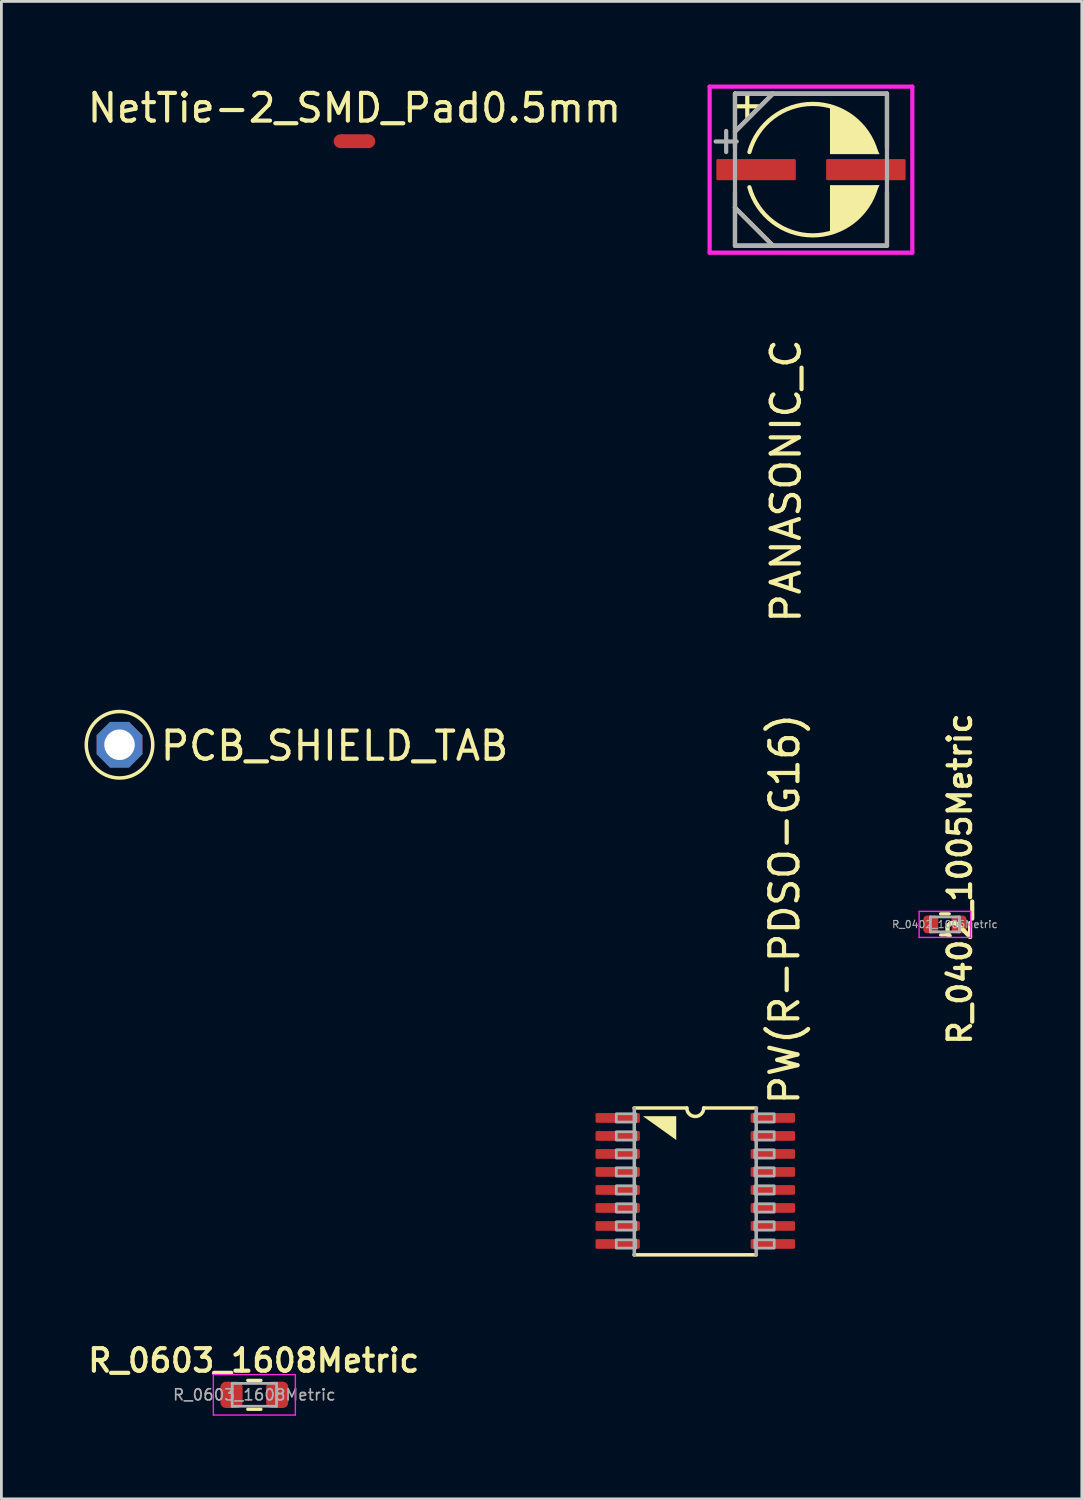
<source format=kicad_pcb>
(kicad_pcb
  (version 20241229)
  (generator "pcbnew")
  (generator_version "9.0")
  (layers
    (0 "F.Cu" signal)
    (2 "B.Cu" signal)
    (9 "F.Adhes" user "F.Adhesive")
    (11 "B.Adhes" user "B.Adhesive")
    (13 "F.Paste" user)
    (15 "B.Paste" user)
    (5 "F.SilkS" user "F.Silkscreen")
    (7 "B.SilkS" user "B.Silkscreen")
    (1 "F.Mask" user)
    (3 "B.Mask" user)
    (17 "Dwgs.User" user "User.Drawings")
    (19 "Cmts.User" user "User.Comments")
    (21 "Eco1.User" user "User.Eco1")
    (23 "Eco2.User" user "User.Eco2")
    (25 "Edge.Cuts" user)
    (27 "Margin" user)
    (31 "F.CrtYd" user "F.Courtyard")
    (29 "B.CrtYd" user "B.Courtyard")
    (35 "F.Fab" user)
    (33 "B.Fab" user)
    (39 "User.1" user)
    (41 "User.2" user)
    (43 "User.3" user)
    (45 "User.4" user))
  (footprint "PCB_SHIELD_TAB"
    (layer "F.Cu")
    (at 1.264 23.832)
    (property "Reference" "PCB_SHIELD_TAB" (at 1.397 0.635 0) (layer "F.SilkS") (effects (font (size 1.016 1.016) (thickness 0.152)) (justify left bottom)))
    (attr exclude_from_bom)
    (fp_circle (center 0 0) (end 1.2 0) (stroke (width 0.127) (type solid)) (fill no) (layer "F.SilkS"))
    (pad "1" thru_hole roundrect (at 0 0) (size 1.65 1.65) (drill 1.1) (layers "*.Cu" "*.Mask") (roundrect_rratio 0.25) (chamfer_ratio 0.293) (chamfer top_left top_right bottom_left bottom_right)))
  (footprint "NetTie-2_SMD_Pad0.5mm"
    (layer "F.Cu")
    (at 9.744 2.048)
    (property "Reference" "NetTie-2_SMD_Pad0.5mm" (at 0 -1.2 180) (layer "F.SilkS") (effects (font (size 1 1) (thickness 0.15))))
    (attr exclude_from_pos_files exclude_from_bom allow_missing_courtyard)
    (fp_poly (pts (xy -0.5 -0.25) (xy 0.5 -0.25) (xy 0.5 0.25) (xy -0.5 0.25)) (stroke (width 0) (type solid)) (fill yes) (layer "F.Cu"))
    (pad "1" smd circle (at -0.5 0) (size 0.5 0.5) (layers "F.Cu"))
    (pad "2" smd circle (at 0.5 0) (size 0.5 0.5) (layers "F.Cu")))
  (footprint "R_0603_1608Metric"
    (layer "F.Cu")
    (at 6.131 47.296)
    (property "Reference" "R_0603_1608Metric" (at -0.023 -1.239 0) (layer "F.SilkS") (effects (font (size 0.813 0.813) (thickness 0.152) (bold yes))))
    (attr smd)
    (fp_line (start -0.237 -0.522) (end 0.237 -0.522) (stroke (width 0.12) (type solid)) (layer "F.SilkS"))
    (fp_line (start -0.237 0.522) (end 0.237 0.522) (stroke (width 0.12) (type solid)) (layer "F.SilkS"))
    (fp_line (start -1.48 -0.73) (end 1.48 -0.73) (stroke (width 0.05) (type solid)) (layer "F.CrtYd"))
    (fp_line (start -1.48 0.73) (end -1.48 -0.73) (stroke (width 0.05) (type solid)) (layer "F.CrtYd"))
    (fp_line (start 1.48 -0.73) (end 1.48 0.73) (stroke (width 0.05) (type solid)) (layer "F.CrtYd"))
    (fp_line (start 1.48 0.73) (end -1.48 0.73) (stroke (width 0.05) (type solid)) (layer "F.CrtYd"))
    (fp_line (start -0.8 -0.412) (end 0.8 -0.412) (stroke (width 0.1) (type solid)) (layer "F.Fab"))
    (fp_line (start -0.8 0.412) (end -0.8 -0.412) (stroke (width 0.1) (type solid)) (layer "F.Fab"))
    (fp_line (start 0.8 -0.412) (end 0.8 0.412) (stroke (width 0.1) (type solid)) (layer "F.Fab"))
    (fp_line (start 0.8 0.412) (end -0.8 0.412) (stroke (width 0.1) (type solid)) (layer "F.Fab"))
    (fp_text user "${REFERENCE}" (at 0 0 0) (layer "F.Fab") (effects (font (size 0.4 0.4) (thickness 0.06))))
    (pad "1" smd roundrect (at -0.825 0) (size 0.8 0.95) (layers "F.Cu" "F.Mask" "F.Paste") (roundrect_rratio 0.25))
    (pad "2" smd roundrect (at 0.825 0) (size 0.8 0.95) (layers "F.Cu" "F.Mask" "F.Paste") (roundrect_rratio 0.25)))
  (footprint "R_0402_1005Metric"
    (layer "F.Cu")
    (at 31.056 30.316)
    (property "Reference" "R_0402_1005Metric" (at 0.54 -1.64 90) (layer "F.SilkS") (effects (font (size 0.813 0.813) (thickness 0.152) (bold yes))))
    (attr smd)
    (fp_line (start -0.154 -0.38) (end 0.154 -0.38) (stroke (width 0.12) (type solid)) (layer "F.SilkS"))
    (fp_line (start -0.154 0.38) (end 0.154 0.38) (stroke (width 0.12) (type solid)) (layer "F.SilkS"))
    (fp_line (start -0.93 -0.47) (end 0.93 -0.47) (stroke (width 0.05) (type solid)) (layer "F.CrtYd"))
    (fp_line (start -0.93 0.47) (end -0.93 -0.47) (stroke (width 0.05) (type solid)) (layer "F.CrtYd"))
    (fp_line (start 0.93 -0.47) (end 0.93 0.47) (stroke (width 0.05) (type solid)) (layer "F.CrtYd"))
    (fp_line (start 0.93 0.47) (end -0.93 0.47) (stroke (width 0.05) (type solid)) (layer "F.CrtYd"))
    (fp_line (start -0.525 -0.27) (end 0.525 -0.27) (stroke (width 0.1) (type solid)) (layer "F.Fab"))
    (fp_line (start -0.525 0.27) (end -0.525 -0.27) (stroke (width 0.1) (type solid)) (layer "F.Fab"))
    (fp_line (start 0.525 -0.27) (end 0.525 0.27) (stroke (width 0.1) (type solid)) (layer "F.Fab"))
    (fp_line (start 0.525 0.27) (end -0.525 0.27) (stroke (width 0.1) (type solid)) (layer "F.Fab"))
    (fp_text user "${REFERENCE}" (at 0 0 0) (layer "F.Fab") (effects (font (size 0.26 0.26) (thickness 0.04))))
    (pad "1" smd roundrect (at -0.51 0) (size 0.54 0.64) (layers "F.Cu" "F.Mask" "F.Paste") (roundrect_rratio 0.25))
    (pad "2" smd roundrect (at 0.51 0) (size 0.54 0.64) (layers "F.Cu" "F.Mask" "F.Paste") (roundrect_rratio 0.25)))
  (footprint "PANASONIC_C"
    (layer "F.Cu")
    (at 26.222 3.073)
    (property "Reference" "PANASONIC_C" (at -0.305 6.032 270) (layer "F.SilkS") (effects (font (size 1.016 1.016) (thickness 0.152)) (justify right bottom)))
    (attr smd)
    (fp_line (start -2.743 -1.372) (end -1.372 -2.743) (stroke (width 0.152) (type solid)) (layer "F.SilkS"))
    (fp_line (start -2.743 -0.813) (end -2.743 -2.743) (stroke (width 0.152) (type solid)) (layer "F.SilkS"))
    (fp_line (start -2.743 1.372) (end -2.743 0.813) (stroke (width 0.152) (type solid)) (layer "F.SilkS"))
    (fp_line (start -2.743 2.743) (end -2.743 1.372) (stroke (width 0.152) (type solid)) (layer "F.SilkS"))
    (fp_line (start -2.743 2.743) (end -1.372 2.743) (stroke (width 0.152) (type solid)) (layer "F.SilkS"))
    (fp_line (start -2.299 -2.667) (end -2.299 -1.905) (stroke (width 0.152) (type solid)) (layer "F.SilkS"))
    (fp_line (start -1.918 -2.286) (end -2.68 -2.286) (stroke (width 0.152) (type solid)) (layer "F.SilkS"))
    (fp_line (start -1.372 2.743) (end -2.743 1.372) (stroke (width 0.152) (type solid)) (layer "F.SilkS"))
    (fp_line (start -1.372 2.743) (end 2.743 2.743) (stroke (width 0.152) (type solid)) (layer "F.SilkS"))
    (fp_line (start 2.743 -2.743) (end -2.743 -2.743) (stroke (width 0.152) (type solid)) (layer "F.SilkS"))
    (fp_line (start 2.743 -0.813) (end 2.743 -2.743) (stroke (width 0.152) (type solid)) (layer "F.SilkS"))
    (fp_line (start 2.743 2.743) (end 2.743 0.813) (stroke (width 0.152) (type solid)) (layer "F.SilkS"))
    (fp_arc (start -2.2225 -0.635) (mid 0.0635 -2.372556) (end 2.3495 -0.635) (stroke (width 0.1524) (type solid)) (layer "F.SilkS"))
    (fp_arc (start 2.3495 0.635) (mid 0.0635 2.372556) (end -2.2225 0.635) (stroke (width 0.1524) (type solid)) (layer "F.SilkS"))
    (fp_poly (pts (xy 1.507 -1.903) (xy 2.03 -1.38) (xy 2.478 -0.559) (xy 0.686 -0.559) (xy 0.686 -2.351)) (stroke (width 0) (type default)) (fill yes) (layer "F.SilkS"))
    (fp_poly (pts (xy 2.03 1.38) (xy 1.507 1.903) (xy 0.686 2.351) (xy 0.686 0.559) (xy 2.478 0.559)) (stroke (width 0) (type default)) (fill yes) (layer "F.SilkS"))
    (fp_line (start -3.658 -2.997) (end 3.658 -2.997) (stroke (width 0.152) (type solid)) (layer "F.CrtYd"))
    (fp_line (start -3.658 2.997) (end -3.658 -2.997) (stroke (width 0.152) (type solid)) (layer "F.CrtYd"))
    (fp_line (start 3.658 -2.997) (end 3.658 2.997) (stroke (width 0.152) (type solid)) (layer "F.CrtYd"))
    (fp_line (start 3.658 2.997) (end -3.658 2.997) (stroke (width 0.152) (type solid)) (layer "F.CrtYd"))
    (fp_line (start -3.061 -1.397) (end -3.061 -0.635) (stroke (width 0.152) (type solid)) (layer "F.Fab"))
    (fp_line (start -2.743 -2.743) (end -2.743 -1.372) (stroke (width 0.152) (type solid)) (layer "F.Fab"))
    (fp_line (start -2.743 -1.372) (end -2.743 1.372) (stroke (width 0.152) (type solid)) (layer "F.Fab"))
    (fp_line (start -2.743 -1.372) (end -1.372 -2.743) (stroke (width 0.152) (type solid)) (layer "F.Fab"))
    (fp_line (start -2.743 1.372) (end -2.743 2.743) (stroke (width 0.152) (type solid)) (layer "F.Fab"))
    (fp_line (start -2.743 1.372) (end -1.372 2.743) (stroke (width 0.152) (type solid)) (layer "F.Fab"))
    (fp_line (start -2.743 2.743) (end -1.372 2.743) (stroke (width 0.152) (type solid)) (layer "F.Fab"))
    (fp_line (start -2.68 -1.016) (end -3.442 -1.016) (stroke (width 0.152) (type solid)) (layer "F.Fab"))
    (fp_line (start -1.372 -2.743) (end -2.743 -2.743) (stroke (width 0.152) (type solid)) (layer "F.Fab"))
    (fp_line (start -1.372 2.743) (end 2.743 2.743) (stroke (width 0.152) (type solid)) (layer "F.Fab"))
    (fp_line (start 2.743 -2.743) (end -1.372 -2.743) (stroke (width 0.152) (type solid)) (layer "F.Fab"))
    (fp_line (start 2.743 2.743) (end 2.743 -2.743) (stroke (width 0.152) (type solid)) (layer "F.Fab"))
    (pad "1" smd roundrect (at -1.981 0) (size 2.87 0.762) (layers "F.Cu" "F.Mask" "F.Paste") (roundrect_rratio 0.067))
    (pad "2" smd roundrect (at 1.981 0) (size 2.87 0.762) (layers "F.Cu" "F.Mask" "F.Paste") (roundrect_rratio 0.067)))
  (footprint "PW(R-PDSO-G16)"
    (layer "F.Cu")
    (at 22.045 39.601)
    (property "Reference" "PW(R-PDSO-G16)" (at 3.82 -2.7 270) (layer "F.SilkS") (effects (font (size 1.016 1.016) (thickness 0.152)) (justify left bottom)))
    (attr smd)
    (fp_line (start -0.305 -2.658) (end -2.21 -2.658) (stroke (width 0.127) (type solid)) (layer "F.SilkS"))
    (fp_line (start 2.195 2.642) (end -2.21 2.642) (stroke (width 0.127) (type solid)) (layer "F.SilkS"))
    (fp_line (start 2.21 -2.658) (end 0.305 -2.658) (stroke (width 0.127) (type solid)) (layer "F.SilkS"))
    (fp_arc (start 0.3048 -2.6578) (mid 0 -2.353) (end -0.3048 -2.6578) (stroke (width 0.127) (type solid)) (layer "F.SilkS"))
    (fp_poly (pts (xy -0.686 -1.503) (xy -1.889 -2.362) (xy -0.686 -2.362)) (stroke (width 0) (type default)) (fill yes) (layer "F.SilkS"))
    (fp_line (start -2.2 2.65) (end -2.2 -2.65) (stroke (width 0.127) (type solid)) (layer "F.Fab"))
    (fp_line (start 2.2 2.65) (end 2.2 -2.65) (stroke (width 0.127) (type solid)) (layer "F.Fab"))
    (fp_poly (pts (xy -2.85 -2.15) (xy -2.15 -2.15) (xy -2.15 -2.45) (xy -2.85 -2.45)) (stroke (width 0.1) (type default)) (fill no) (layer "F.Fab"))
    (fp_poly (pts (xy -2.85 -1.5) (xy -2.15 -1.5) (xy -2.15 -1.8) (xy -2.85 -1.8)) (stroke (width 0.1) (type default)) (fill no) (layer "F.Fab"))
    (fp_poly (pts (xy -2.85 -0.85) (xy -2.15 -0.85) (xy -2.15 -1.15) (xy -2.85 -1.15)) (stroke (width 0.1) (type default)) (fill no) (layer "F.Fab"))
    (fp_poly (pts (xy -2.85 -0.2) (xy -2.15 -0.2) (xy -2.15 -0.5) (xy -2.85 -0.5)) (stroke (width 0.1) (type default)) (fill no) (layer "F.Fab"))
    (fp_poly (pts (xy -2.85 0.45) (xy -2.15 0.45) (xy -2.15 0.15) (xy -2.85 0.15)) (stroke (width 0.1) (type default)) (fill no) (layer "F.Fab"))
    (fp_poly (pts (xy -2.85 1.1) (xy -2.15 1.1) (xy -2.15 0.8) (xy -2.85 0.8)) (stroke (width 0.1) (type default)) (fill no) (layer "F.Fab"))
    (fp_poly (pts (xy -2.85 1.75) (xy -2.15 1.75) (xy -2.15 1.45) (xy -2.85 1.45)) (stroke (width 0.1) (type default)) (fill no) (layer "F.Fab"))
    (fp_poly (pts (xy -2.85 2.4) (xy -2.15 2.4) (xy -2.15 2.1) (xy -2.85 2.1)) (stroke (width 0.1) (type default)) (fill no) (layer "F.Fab"))
    (fp_poly (pts (xy 2.15 -2.15) (xy 2.85 -2.15) (xy 2.85 -2.45) (xy 2.15 -2.45)) (stroke (width 0.1) (type default)) (fill no) (layer "F.Fab"))
    (fp_poly (pts (xy 2.15 -1.5) (xy 2.85 -1.5) (xy 2.85 -1.8) (xy 2.15 -1.8)) (stroke (width 0.1) (type default)) (fill no) (layer "F.Fab"))
    (fp_poly (pts (xy 2.15 -0.85) (xy 2.85 -0.85) (xy 2.85 -1.15) (xy 2.15 -1.15)) (stroke (width 0.1) (type default)) (fill no) (layer "F.Fab"))
    (fp_poly (pts (xy 2.15 -0.2) (xy 2.85 -0.2) (xy 2.85 -0.5) (xy 2.15 -0.5)) (stroke (width 0.1) (type default)) (fill no) (layer "F.Fab"))
    (fp_poly (pts (xy 2.15 0.45) (xy 2.85 0.45) (xy 2.85 0.15) (xy 2.15 0.15)) (stroke (width 0.1) (type default)) (fill no) (layer "F.Fab"))
    (fp_poly (pts (xy 2.15 1.1) (xy 2.85 1.1) (xy 2.85 0.8) (xy 2.15 0.8)) (stroke (width 0.1) (type default)) (fill no) (layer "F.Fab"))
    (fp_poly (pts (xy 2.15 1.75) (xy 2.85 1.75) (xy 2.85 1.45) (xy 2.15 1.45)) (stroke (width 0.1) (type default)) (fill no) (layer "F.Fab"))
    (fp_poly (pts (xy 2.15 2.4) (xy 2.85 2.4) (xy 2.85 2.1) (xy 2.15 2.1)) (stroke (width 0.1) (type default)) (fill no) (layer "F.Fab"))
    (pad "1" smd roundrect (at -2.8 -2.3) (size 1.6 0.35) (layers "F.Cu" "F.Mask" "F.Paste") (roundrect_rratio 0.145))
    (pad "2" smd roundrect (at -2.8 -1.65) (size 1.6 0.35) (layers "F.Cu" "F.Mask" "F.Paste") (roundrect_rratio 0.145))
    (pad "3" smd roundrect (at -2.8 -1) (size 1.6 0.35) (layers "F.Cu" "F.Mask" "F.Paste") (roundrect_rratio 0.145))
    (pad "4" smd roundrect (at -2.8 -0.35) (size 1.6 0.35) (layers "F.Cu" "F.Mask" "F.Paste") (roundrect_rratio 0.145))
    (pad "5" smd roundrect (at -2.8 0.3) (size 1.6 0.35) (layers "F.Cu" "F.Mask" "F.Paste") (roundrect_rratio 0.145))
    (pad "6" smd roundrect (at -2.8 0.95) (size 1.6 0.35) (layers "F.Cu" "F.Mask" "F.Paste") (roundrect_rratio 0.145))
    (pad "7" smd roundrect (at -2.8 1.6) (size 1.6 0.35) (layers "F.Cu" "F.Mask" "F.Paste") (roundrect_rratio 0.145))
    (pad "8" smd roundrect (at -2.8 2.25) (size 1.6 0.35) (layers "F.Cu" "F.Mask" "F.Paste") (roundrect_rratio 0.145))
    (pad "9" smd roundrect (at 2.8 2.25) (size 1.6 0.35) (layers "F.Cu" "F.Mask" "F.Paste") (roundrect_rratio 0.145))
    (pad "10" smd roundrect (at 2.8 1.6) (size 1.6 0.35) (layers "F.Cu" "F.Mask" "F.Paste") (roundrect_rratio 0.145))
    (pad "11" smd roundrect (at 2.8 0.95) (size 1.6 0.35) (layers "F.Cu" "F.Mask" "F.Paste") (roundrect_rratio 0.145))
    (pad "12" smd roundrect (at 2.8 0.3) (size 1.6 0.35) (layers "F.Cu" "F.Mask" "F.Paste") (roundrect_rratio 0.145))
    (pad "13" smd roundrect (at 2.8 -0.35) (size 1.6 0.35) (layers "F.Cu" "F.Mask" "F.Paste") (roundrect_rratio 0.145))
    (pad "14" smd roundrect (at 2.8 -1) (size 1.6 0.35) (layers "F.Cu" "F.Mask" "F.Paste") (roundrect_rratio 0.145))
    (pad "15" smd roundrect (at 2.8 -1.65) (size 1.6 0.35) (layers "F.Cu" "F.Mask" "F.Paste") (roundrect_rratio 0.145))
    (pad "16" smd roundrect (at 2.8 -2.3) (size 1.6 0.35) (layers "F.Cu" "F.Mask" "F.Paste") (roundrect_rratio 0.145)))
  (gr_rect
    (start -3 -3)
    (end 35.997 51.051)
    (stroke (width 0.1) (type default))
    (fill no)
    (layer "Edge.Cuts")))
</source>
